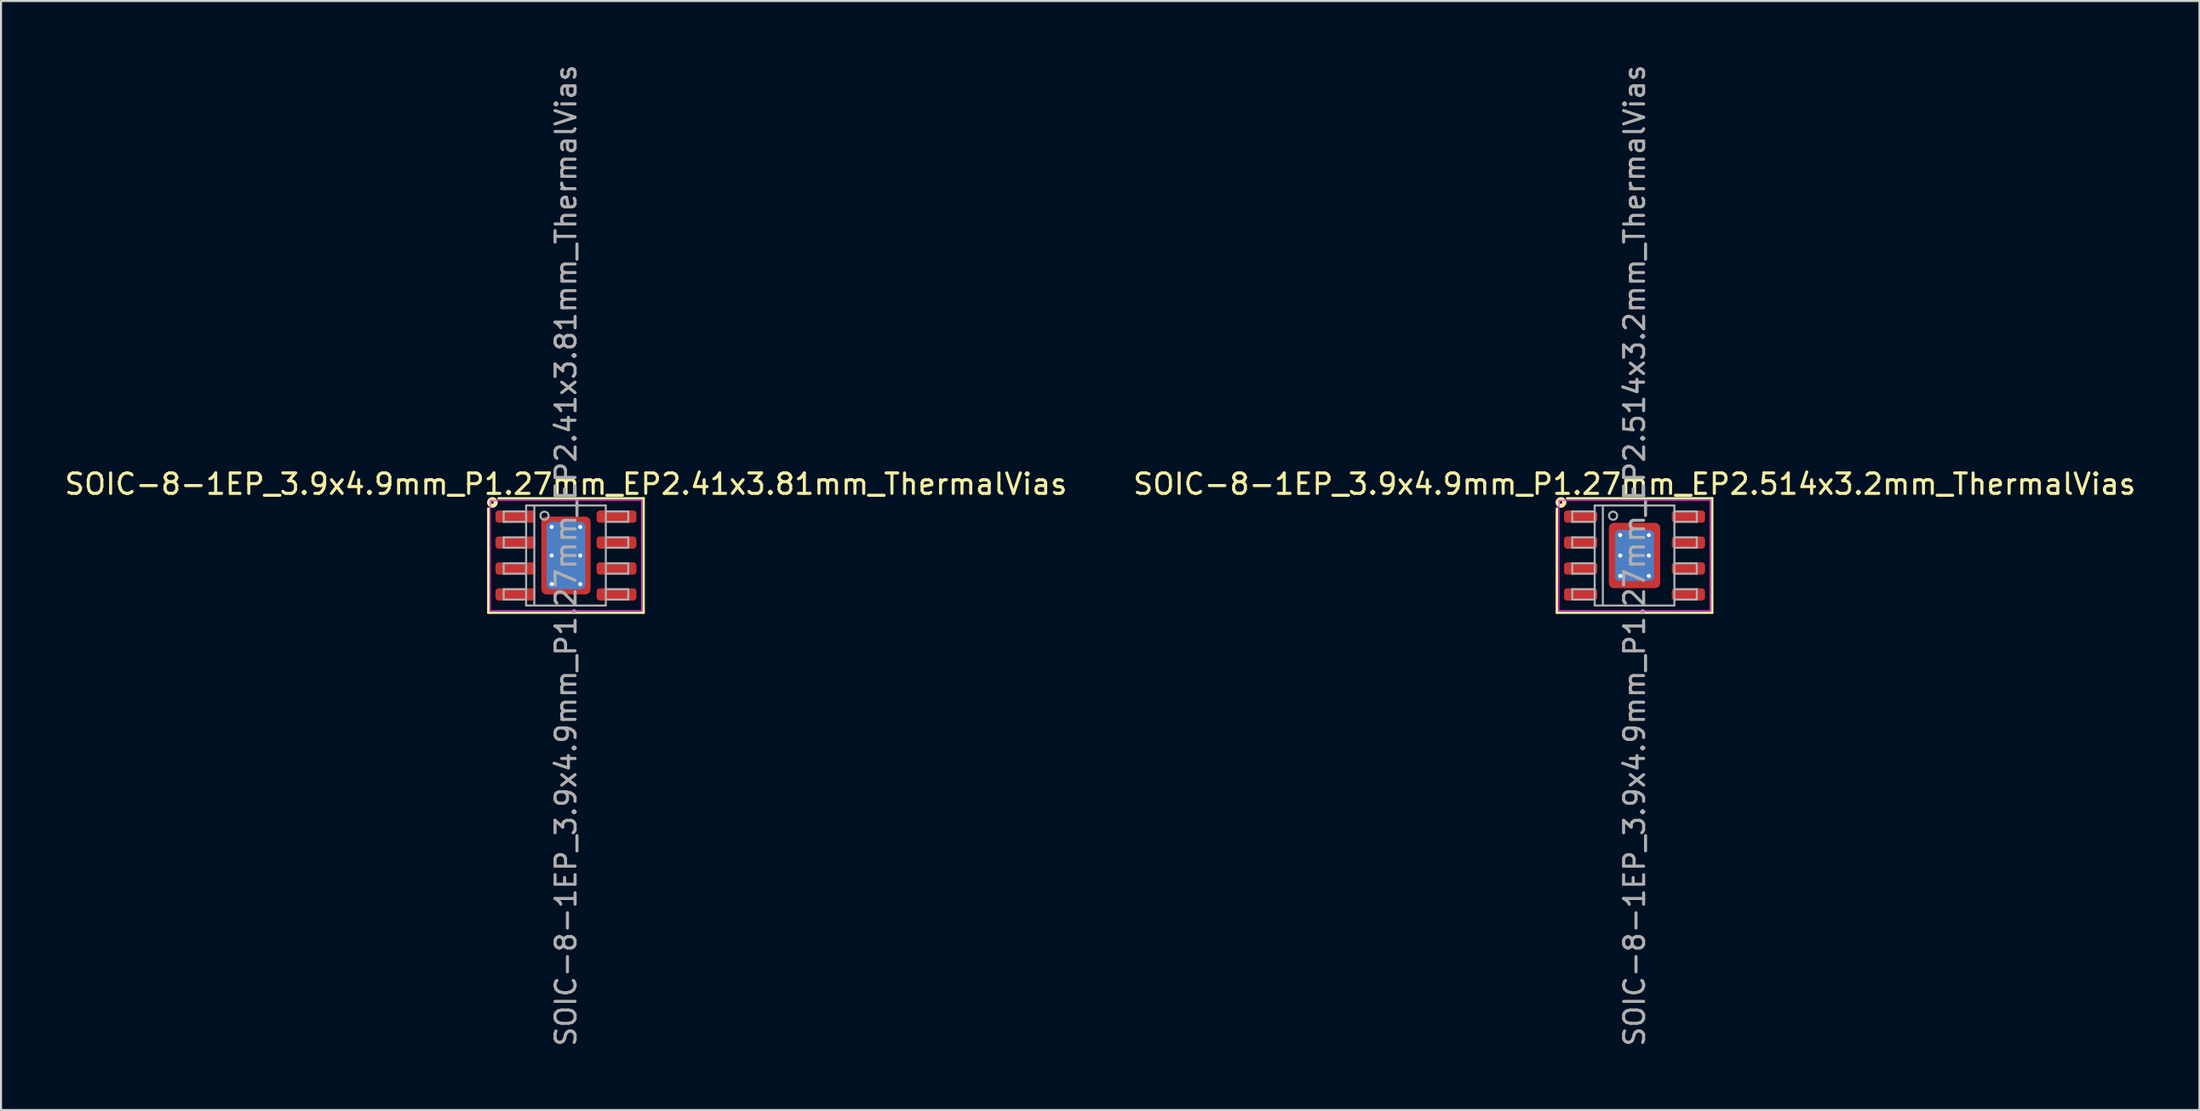
<source format=kicad_pcb>
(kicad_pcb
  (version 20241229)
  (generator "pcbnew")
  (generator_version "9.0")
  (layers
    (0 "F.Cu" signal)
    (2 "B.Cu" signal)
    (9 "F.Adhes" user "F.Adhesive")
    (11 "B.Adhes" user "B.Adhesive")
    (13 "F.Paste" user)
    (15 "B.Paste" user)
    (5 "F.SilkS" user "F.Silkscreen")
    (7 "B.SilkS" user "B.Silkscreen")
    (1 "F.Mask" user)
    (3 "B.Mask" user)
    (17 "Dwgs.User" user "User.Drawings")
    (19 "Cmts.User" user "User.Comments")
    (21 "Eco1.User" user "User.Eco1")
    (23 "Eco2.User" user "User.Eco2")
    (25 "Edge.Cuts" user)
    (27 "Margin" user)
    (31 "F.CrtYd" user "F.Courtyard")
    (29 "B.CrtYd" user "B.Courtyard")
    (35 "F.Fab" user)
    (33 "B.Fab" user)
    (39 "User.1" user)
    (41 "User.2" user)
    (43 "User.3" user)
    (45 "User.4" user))
  (footprint "SOIC-8-1EP_3.9x4.9mm_P1.27mm_EP2.514x3.2mm_ThermalVias"
    (layer "F.Cu")
    (at 76.946 24.16)
    (property "Reference" "SOIC-8-1EP_3.9x4.9mm_P1.27mm_EP2.514x3.2mm_ThermalVias" (at 0 -3.5 0) (layer "F.SilkS") (effects (font (size 1 1) (thickness 0.15))))
    (attr smd)
    (fp_line (start -3.8 -2.3) (end -3.8 2.8) (stroke (width 0.12) (type solid)) (layer "F.SilkS"))
    (fp_line (start -3.8 2.8) (end 3.8 2.8) (stroke (width 0.12) (type solid)) (layer "F.SilkS"))
    (fp_line (start 3.8 -2.8) (end -3.3 -2.8) (stroke (width 0.12) (type solid)) (layer "F.SilkS"))
    (fp_line (start 3.8 2.8) (end 3.8 -2.8) (stroke (width 0.12) (type solid)) (layer "F.SilkS"))
    (fp_circle (center -3.6 -2.6) (end -3.537 -2.6) (stroke (width 0.2) (type solid)) (fill no) (layer "F.SilkS"))
    (fp_line (start -3.7 -2.7) (end -3.7 2.7) (stroke (width 0.05) (type solid)) (layer "F.CrtYd"))
    (fp_line (start -3.7 2.7) (end 3.7 2.7) (stroke (width 0.05) (type solid)) (layer "F.CrtYd"))
    (fp_line (start 3.7 -2.7) (end -3.7 -2.7) (stroke (width 0.05) (type solid)) (layer "F.CrtYd"))
    (fp_line (start 3.7 2.7) (end 3.7 -2.7) (stroke (width 0.05) (type solid)) (layer "F.CrtYd"))
    (fp_line (start -3.048 -2.159) (end -3.048 -1.651) (stroke (width 0.1) (type solid)) (layer "F.Fab"))
    (fp_line (start -3.048 -2.159) (end -1.968 -2.159) (stroke (width 0.1) (type solid)) (layer "F.Fab"))
    (fp_line (start -3.048 -1.651) (end -1.968 -1.651) (stroke (width 0.1) (type solid)) (layer "F.Fab"))
    (fp_line (start -3.048 -0.889) (end -3.048 -0.381) (stroke (width 0.1) (type solid)) (layer "F.Fab"))
    (fp_line (start -3.048 -0.889) (end -1.968 -0.889) (stroke (width 0.1) (type solid)) (layer "F.Fab"))
    (fp_line (start -3.048 -0.381) (end -1.968 -0.381) (stroke (width 0.1) (type solid)) (layer "F.Fab"))
    (fp_line (start -3.048 0.381) (end -3.048 0.889) (stroke (width 0.1) (type solid)) (layer "F.Fab"))
    (fp_line (start -3.048 0.381) (end -1.968 0.381) (stroke (width 0.1) (type solid)) (layer "F.Fab"))
    (fp_line (start -3.048 0.889) (end -1.968 0.889) (stroke (width 0.1) (type solid)) (layer "F.Fab"))
    (fp_line (start -3.048 1.651) (end -3.048 2.159) (stroke (width 0.1) (type solid)) (layer "F.Fab"))
    (fp_line (start -3.048 1.651) (end -1.968 1.651) (stroke (width 0.1) (type solid)) (layer "F.Fab"))
    (fp_line (start -3.048 2.159) (end -1.968 2.159) (stroke (width 0.1) (type solid)) (layer "F.Fab"))
    (fp_line (start -1.95 -2.45) (end 1.95 -2.45) (stroke (width 0.1) (type solid)) (layer "F.Fab"))
    (fp_line (start -1.95 2.45) (end -1.95 -2.45) (stroke (width 0.1) (type solid)) (layer "F.Fab"))
    (fp_line (start -1.55 -2.45) (end -1.55 2.45) (stroke (width 0.1) (type solid)) (layer "F.Fab"))
    (fp_line (start 1.95 -2.45) (end 1.95 2.45) (stroke (width 0.1) (type solid)) (layer "F.Fab"))
    (fp_line (start 1.95 2.45) (end -1.95 2.45) (stroke (width 0.1) (type solid)) (layer "F.Fab"))
    (fp_line (start 3.048 -2.159) (end 1.968 -2.159) (stroke (width 0.1) (type solid)) (layer "F.Fab"))
    (fp_line (start 3.048 -1.651) (end 1.968 -1.651) (stroke (width 0.1) (type solid)) (layer "F.Fab"))
    (fp_line (start 3.048 -1.651) (end 3.048 -2.159) (stroke (width 0.1) (type solid)) (layer "F.Fab"))
    (fp_line (start 3.048 -0.889) (end 1.968 -0.889) (stroke (width 0.1) (type solid)) (layer "F.Fab"))
    (fp_line (start 3.048 -0.381) (end 1.968 -0.381) (stroke (width 0.1) (type solid)) (layer "F.Fab"))
    (fp_line (start 3.048 -0.381) (end 3.048 -0.889) (stroke (width 0.1) (type solid)) (layer "F.Fab"))
    (fp_line (start 3.048 0.381) (end 1.968 0.381) (stroke (width 0.1) (type solid)) (layer "F.Fab"))
    (fp_line (start 3.048 0.889) (end 1.968 0.889) (stroke (width 0.1) (type solid)) (layer "F.Fab"))
    (fp_line (start 3.048 0.889) (end 3.048 0.381) (stroke (width 0.1) (type solid)) (layer "F.Fab"))
    (fp_line (start 3.048 1.651) (end 1.968 1.651) (stroke (width 0.1) (type solid)) (layer "F.Fab"))
    (fp_line (start 3.048 2.159) (end 1.968 2.159) (stroke (width 0.1) (type solid)) (layer "F.Fab"))
    (fp_line (start 3.048 2.159) (end 3.048 1.651) (stroke (width 0.1) (type solid)) (layer "F.Fab"))
    (fp_circle (center -1.05 -1.95) (end -0.85 -1.95) (stroke (width 0.1) (type solid)) (fill no) (layer "F.Fab"))
    (fp_text user "${REFERENCE}" (at 0 0 90) (layer "F.Fab") (effects (font (size 0.98 0.98) (thickness 0.15))))
    (pad "" smd roundrect (at -0.63 -0.8) (size 1.05 1.34) (layers "F.Paste") (roundrect_rratio 0.238))
    (pad "" smd roundrect (at -0.63 0.8) (size 1.05 1.34) (layers "F.Paste") (roundrect_rratio 0.238))
    (pad "" smd roundrect (at 0.63 -0.8) (size 1.05 1.34) (layers "F.Paste") (roundrect_rratio 0.238))
    (pad "" smd roundrect (at 0.63 0.8) (size 1.05 1.34) (layers "F.Paste") (roundrect_rratio 0.238))
    (pad "1" smd roundrect (at -2.638 -1.905) (size 1.625 0.6) (layers "F.Cu" "F.Mask" "F.Paste") (roundrect_rratio 0.25))
    (pad "2" smd roundrect (at -2.638 -0.635) (size 1.625 0.6) (layers "F.Cu" "F.Mask" "F.Paste") (roundrect_rratio 0.25))
    (pad "3" smd roundrect (at -2.638 0.635) (size 1.625 0.6) (layers "F.Cu" "F.Mask" "F.Paste") (roundrect_rratio 0.25))
    (pad "4" smd roundrect (at -2.638 1.905) (size 1.625 0.6) (layers "F.Cu" "F.Mask" "F.Paste") (roundrect_rratio 0.25))
    (pad "5" smd roundrect (at 2.638 1.905) (size 1.625 0.6) (layers "F.Cu" "F.Mask" "F.Paste") (roundrect_rratio 0.25))
    (pad "6" smd roundrect (at 2.638 0.635) (size 1.625 0.6) (layers "F.Cu" "F.Mask" "F.Paste") (roundrect_rratio 0.25))
    (pad "7" smd roundrect (at 2.638 -0.635) (size 1.625 0.6) (layers "F.Cu" "F.Mask" "F.Paste") (roundrect_rratio 0.25))
    (pad "8" smd roundrect (at 2.638 -1.905) (size 1.625 0.6) (layers "F.Cu" "F.Mask" "F.Paste") (roundrect_rratio 0.25))
    (pad "9" thru_hole circle (at -0.7 -1) (size 0.5 0.5) (drill 0.2) (property pad_prop_heatsink) (layers "*.Cu"))
    (pad "9" thru_hole circle (at -0.7 0) (size 0.5 0.5) (drill 0.2) (property pad_prop_heatsink) (layers "*.Cu"))
    (pad "9" thru_hole circle (at -0.7 1) (size 0.5 0.5) (drill 0.2) (property pad_prop_heatsink) (layers "*.Cu"))
    (pad "9" smd roundrect (at 0 0) (size 1.9 2.5) (layers "B.Cu" "B.Mask") (roundrect_rratio 0.132))
    (pad "9" smd roundrect (at 0 0) (size 2.514 3.2) (layers "F.Cu" "F.Mask") (roundrect_rratio 0.099))
    (pad "9" thru_hole circle (at 0.7 -1) (size 0.5 0.5) (drill 0.2) (property pad_prop_heatsink) (layers "*.Cu"))
    (pad "9" thru_hole circle (at 0.7 0) (size 0.5 0.5) (drill 0.2) (property pad_prop_heatsink) (layers "*.Cu"))
    (pad "9" thru_hole circle (at 0.7 1) (size 0.5 0.5) (drill 0.2) (property pad_prop_heatsink) (layers "*.Cu")))
  (footprint "SOIC-8-1EP_3.9x4.9mm_P1.27mm_EP2.41x3.81mm_ThermalVias"
    (layer "F.Cu")
    (at 24.649 24.16)
    (property "Reference" "SOIC-8-1EP_3.9x4.9mm_P1.27mm_EP2.41x3.81mm_ThermalVias" (at 0 -3.5 0) (layer "F.SilkS") (effects (font (size 1 1) (thickness 0.15))))
    (attr smd)
    (fp_line (start -3.8 -2.3) (end -3.8 2.8) (stroke (width 0.12) (type solid)) (layer "F.SilkS"))
    (fp_line (start -3.8 2.8) (end 3.8 2.8) (stroke (width 0.12) (type solid)) (layer "F.SilkS"))
    (fp_line (start 3.8 -2.8) (end -3.3 -2.8) (stroke (width 0.12) (type solid)) (layer "F.SilkS"))
    (fp_line (start 3.8 2.8) (end 3.8 -2.8) (stroke (width 0.12) (type solid)) (layer "F.SilkS"))
    (fp_circle (center -3.6 -2.6) (end -3.537 -2.6) (stroke (width 0.2) (type solid)) (fill no) (layer "F.SilkS"))
    (fp_line (start -3.7 -2.7) (end -3.7 2.7) (stroke (width 0.05) (type solid)) (layer "F.CrtYd"))
    (fp_line (start -3.7 2.7) (end 3.7 2.7) (stroke (width 0.05) (type solid)) (layer "F.CrtYd"))
    (fp_line (start 3.7 -2.7) (end -3.7 -2.7) (stroke (width 0.05) (type solid)) (layer "F.CrtYd"))
    (fp_line (start 3.7 2.7) (end 3.7 -2.7) (stroke (width 0.05) (type solid)) (layer "F.CrtYd"))
    (fp_line (start -3.048 -2.159) (end -3.048 -1.651) (stroke (width 0.1) (type solid)) (layer "F.Fab"))
    (fp_line (start -3.048 -2.159) (end -1.968 -2.159) (stroke (width 0.1) (type solid)) (layer "F.Fab"))
    (fp_line (start -3.048 -1.651) (end -1.968 -1.651) (stroke (width 0.1) (type solid)) (layer "F.Fab"))
    (fp_line (start -3.048 -0.889) (end -3.048 -0.381) (stroke (width 0.1) (type solid)) (layer "F.Fab"))
    (fp_line (start -3.048 -0.889) (end -1.968 -0.889) (stroke (width 0.1) (type solid)) (layer "F.Fab"))
    (fp_line (start -3.048 -0.381) (end -1.968 -0.381) (stroke (width 0.1) (type solid)) (layer "F.Fab"))
    (fp_line (start -3.048 0.381) (end -3.048 0.889) (stroke (width 0.1) (type solid)) (layer "F.Fab"))
    (fp_line (start -3.048 0.381) (end -1.968 0.381) (stroke (width 0.1) (type solid)) (layer "F.Fab"))
    (fp_line (start -3.048 0.889) (end -1.968 0.889) (stroke (width 0.1) (type solid)) (layer "F.Fab"))
    (fp_line (start -3.048 1.651) (end -3.048 2.159) (stroke (width 0.1) (type solid)) (layer "F.Fab"))
    (fp_line (start -3.048 1.651) (end -1.968 1.651) (stroke (width 0.1) (type solid)) (layer "F.Fab"))
    (fp_line (start -3.048 2.159) (end -1.968 2.159) (stroke (width 0.1) (type solid)) (layer "F.Fab"))
    (fp_line (start -1.95 -2.45) (end 1.95 -2.45) (stroke (width 0.1) (type solid)) (layer "F.Fab"))
    (fp_line (start -1.95 2.45) (end -1.95 -2.45) (stroke (width 0.1) (type solid)) (layer "F.Fab"))
    (fp_line (start -1.55 -2.45) (end -1.55 2.45) (stroke (width 0.1) (type solid)) (layer "F.Fab"))
    (fp_line (start 1.95 -2.45) (end 1.95 2.45) (stroke (width 0.1) (type solid)) (layer "F.Fab"))
    (fp_line (start 1.95 2.45) (end -1.95 2.45) (stroke (width 0.1) (type solid)) (layer "F.Fab"))
    (fp_line (start 3.048 -2.159) (end 1.968 -2.159) (stroke (width 0.1) (type solid)) (layer "F.Fab"))
    (fp_line (start 3.048 -1.651) (end 1.968 -1.651) (stroke (width 0.1) (type solid)) (layer "F.Fab"))
    (fp_line (start 3.048 -1.651) (end 3.048 -2.159) (stroke (width 0.1) (type solid)) (layer "F.Fab"))
    (fp_line (start 3.048 -0.889) (end 1.968 -0.889) (stroke (width 0.1) (type solid)) (layer "F.Fab"))
    (fp_line (start 3.048 -0.381) (end 1.968 -0.381) (stroke (width 0.1) (type solid)) (layer "F.Fab"))
    (fp_line (start 3.048 -0.381) (end 3.048 -0.889) (stroke (width 0.1) (type solid)) (layer "F.Fab"))
    (fp_line (start 3.048 0.381) (end 1.968 0.381) (stroke (width 0.1) (type solid)) (layer "F.Fab"))
    (fp_line (start 3.048 0.889) (end 1.968 0.889) (stroke (width 0.1) (type solid)) (layer "F.Fab"))
    (fp_line (start 3.048 0.889) (end 3.048 0.381) (stroke (width 0.1) (type solid)) (layer "F.Fab"))
    (fp_line (start 3.048 1.651) (end 1.968 1.651) (stroke (width 0.1) (type solid)) (layer "F.Fab"))
    (fp_line (start 3.048 2.159) (end 1.968 2.159) (stroke (width 0.1) (type solid)) (layer "F.Fab"))
    (fp_line (start 3.048 2.159) (end 3.048 1.651) (stroke (width 0.1) (type solid)) (layer "F.Fab"))
    (fp_circle (center -1.05 -1.95) (end -0.85 -1.95) (stroke (width 0.1) (type solid)) (fill no) (layer "F.Fab"))
    (fp_text user "${REFERENCE}" (at 0 0 90) (layer "F.Fab") (effects (font (size 0.98 0.98) (thickness 0.15))))
    (pad "" smd roundrect (at -0.6 -0.95) (size 1.01 1.59) (layers "F.Paste") (roundrect_rratio 0.248))
    (pad "" smd roundrect (at -0.6 0.95) (size 1.01 1.59) (layers "F.Paste") (roundrect_rratio 0.248))
    (pad "" smd roundrect (at 0.6 -0.95) (size 1.01 1.59) (layers "F.Paste") (roundrect_rratio 0.248))
    (pad "" smd roundrect (at 0.6 0.95) (size 1.01 1.59) (layers "F.Paste") (roundrect_rratio 0.248))
    (pad "1" smd roundrect (at -2.475 -1.905) (size 1.95 0.6) (layers "F.Cu" "F.Mask" "F.Paste") (roundrect_rratio 0.25))
    (pad "2" smd roundrect (at -2.475 -0.635) (size 1.95 0.6) (layers "F.Cu" "F.Mask" "F.Paste") (roundrect_rratio 0.25))
    (pad "3" smd roundrect (at -2.475 0.635) (size 1.95 0.6) (layers "F.Cu" "F.Mask" "F.Paste") (roundrect_rratio 0.25))
    (pad "4" smd roundrect (at -2.475 1.905) (size 1.95 0.6) (layers "F.Cu" "F.Mask" "F.Paste") (roundrect_rratio 0.25))
    (pad "5" smd roundrect (at 2.475 1.905) (size 1.95 0.6) (layers "F.Cu" "F.Mask" "F.Paste") (roundrect_rratio 0.25))
    (pad "6" smd roundrect (at 2.475 0.635) (size 1.95 0.6) (layers "F.Cu" "F.Mask" "F.Paste") (roundrect_rratio 0.25))
    (pad "7" smd roundrect (at 2.475 -0.635) (size 1.95 0.6) (layers "F.Cu" "F.Mask" "F.Paste") (roundrect_rratio 0.25))
    (pad "8" smd roundrect (at 2.475 -1.905) (size 1.95 0.6) (layers "F.Cu" "F.Mask" "F.Paste") (roundrect_rratio 0.25))
    (pad "9" thru_hole circle (at -0.7 -1.4) (size 0.5 0.5) (drill 0.2) (property pad_prop_heatsink) (layers "*.Cu"))
    (pad "9" thru_hole circle (at -0.7 0) (size 0.5 0.5) (drill 0.2) (property pad_prop_heatsink) (layers "*.Cu"))
    (pad "9" thru_hole circle (at -0.7 1.4) (size 0.5 0.5) (drill 0.2) (property pad_prop_heatsink) (layers "*.Cu"))
    (pad "9" smd roundrect (at 0 0) (size 1.9 3.3) (layers "B.Cu" "B.Mask") (roundrect_rratio 0.132))
    (pad "9" smd roundrect (at 0 0) (size 2.41 3.81) (layers "F.Cu" "F.Mask") (roundrect_rratio 0.104))
    (pad "9" thru_hole circle (at 0.7 -1.4) (size 0.5 0.5) (drill 0.2) (property pad_prop_heatsink) (layers "*.Cu"))
    (pad "9" thru_hole circle (at 0.7 0) (size 0.5 0.5) (drill 0.2) (property pad_prop_heatsink) (layers "*.Cu"))
    (pad "9" thru_hole circle (at 0.7 1.4) (size 0.5 0.5) (drill 0.2) (property pad_prop_heatsink) (layers "*.Cu")))
  (gr_rect
    (start -3 -3)
    (end 104.595 51.321)
    (stroke (width 0.1) (type default))
    (fill no)
    (layer "Edge.Cuts")))
</source>
